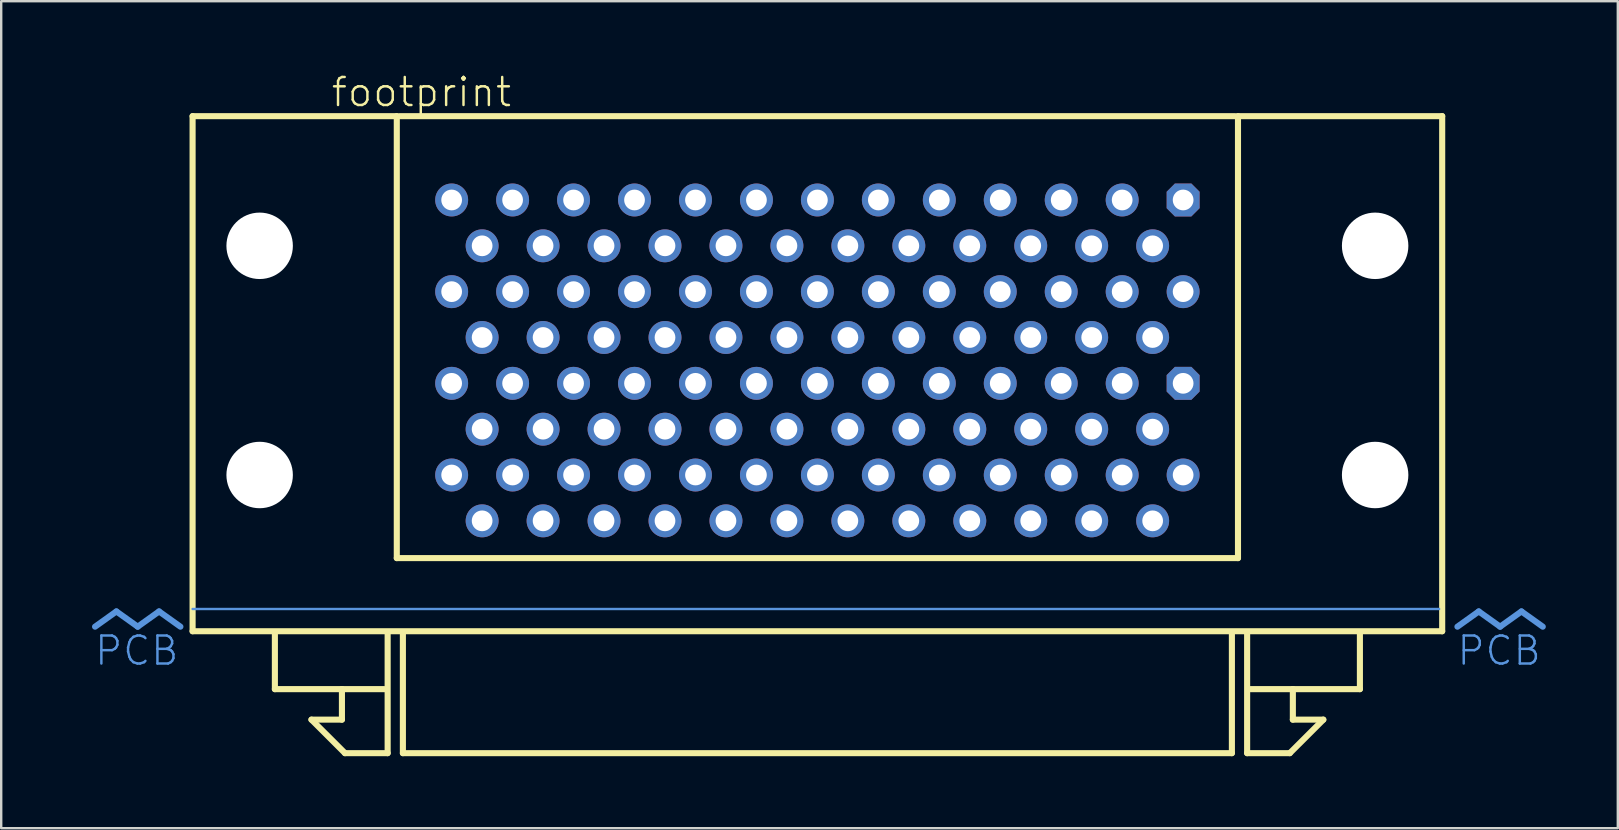
<source format=kicad_pcb>
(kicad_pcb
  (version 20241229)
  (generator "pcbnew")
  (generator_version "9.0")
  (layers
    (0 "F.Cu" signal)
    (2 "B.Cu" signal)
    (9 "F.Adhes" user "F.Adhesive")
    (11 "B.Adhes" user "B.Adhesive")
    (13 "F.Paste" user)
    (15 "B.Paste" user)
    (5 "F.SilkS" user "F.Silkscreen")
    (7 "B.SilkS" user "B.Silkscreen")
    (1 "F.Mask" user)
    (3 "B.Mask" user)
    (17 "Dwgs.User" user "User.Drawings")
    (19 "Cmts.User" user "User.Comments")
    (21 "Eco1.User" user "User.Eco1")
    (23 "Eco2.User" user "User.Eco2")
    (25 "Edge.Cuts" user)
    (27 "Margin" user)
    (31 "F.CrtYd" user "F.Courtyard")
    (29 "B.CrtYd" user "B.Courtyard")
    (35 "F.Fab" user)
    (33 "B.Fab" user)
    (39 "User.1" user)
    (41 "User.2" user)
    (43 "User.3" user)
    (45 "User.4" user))
  (footprint "footprint"
    (layer "F.Cu")
    (at 31.01 21.793)
    (property "Reference" "footprint" (at -20.32 -20.32 0) (layer "F.SilkS") (effects (font (size 1.168 1.168) (thickness 0.102)) (justify left bottom)))
    (fp_line (start -26.035 -20.003) (end -17.526 -20.003) (stroke (width 0.254) (type solid)) (layer "F.SilkS"))
    (fp_line (start -26.035 1.46) (end -26.035 -20.003) (stroke (width 0.254) (type solid)) (layer "F.SilkS"))
    (fp_line (start -22.606 3.873) (end -22.606 1.587) (stroke (width 0.254) (type solid)) (layer "F.SilkS"))
    (fp_line (start -21.082 5.144) (end -19.812 5.144) (stroke (width 0.254) (type solid)) (layer "F.SilkS"))
    (fp_line (start -19.812 3.873) (end -22.606 3.873) (stroke (width 0.254) (type solid)) (layer "F.SilkS"))
    (fp_line (start -19.812 3.873) (end -18.034 3.873) (stroke (width 0.254) (type solid)) (layer "F.SilkS"))
    (fp_line (start -19.812 5.144) (end -19.812 3.873) (stroke (width 0.254) (type solid)) (layer "F.SilkS"))
    (fp_line (start -19.685 6.54) (end -21.082 5.144) (stroke (width 0.254) (type solid)) (layer "F.SilkS"))
    (fp_line (start -17.907 1.587) (end -17.907 6.54) (stroke (width 0.254) (type solid)) (layer "F.SilkS"))
    (fp_line (start -17.907 6.54) (end -19.685 6.54) (stroke (width 0.254) (type solid)) (layer "F.SilkS"))
    (fp_line (start -17.526 -20.003) (end -17.526 -1.587) (stroke (width 0.254) (type solid)) (layer "F.SilkS"))
    (fp_line (start -17.526 -1.587) (end 17.526 -1.587) (stroke (width 0.254) (type solid)) (layer "F.SilkS"))
    (fp_line (start -17.399 -20.003) (end 17.399 -20.003) (stroke (width 0.254) (type solid)) (layer "F.SilkS"))
    (fp_line (start -17.272 6.54) (end -17.272 1.587) (stroke (width 0.254) (type solid)) (layer "F.SilkS"))
    (fp_line (start 17.272 1.587) (end 17.272 6.54) (stroke (width 0.254) (type solid)) (layer "F.SilkS"))
    (fp_line (start 17.272 6.54) (end -17.272 6.54) (stroke (width 0.254) (type solid)) (layer "F.SilkS"))
    (fp_line (start 17.526 -20.003) (end 26.035 -20.003) (stroke (width 0.254) (type solid)) (layer "F.SilkS"))
    (fp_line (start 17.526 -1.587) (end 17.526 -20.003) (stroke (width 0.254) (type solid)) (layer "F.SilkS"))
    (fp_line (start 17.907 1.587) (end 17.907 6.54) (stroke (width 0.254) (type solid)) (layer "F.SilkS"))
    (fp_line (start 17.907 6.54) (end 19.685 6.54) (stroke (width 0.254) (type solid)) (layer "F.SilkS"))
    (fp_line (start 19.685 6.54) (end 21.082 5.144) (stroke (width 0.254) (type solid)) (layer "F.SilkS"))
    (fp_line (start 19.812 3.873) (end 18.034 3.873) (stroke (width 0.254) (type solid)) (layer "F.SilkS"))
    (fp_line (start 19.812 3.873) (end 22.606 3.873) (stroke (width 0.254) (type solid)) (layer "F.SilkS"))
    (fp_line (start 19.812 5.144) (end 19.812 3.873) (stroke (width 0.254) (type solid)) (layer "F.SilkS"))
    (fp_line (start 21.082 5.144) (end 19.812 5.144) (stroke (width 0.254) (type solid)) (layer "F.SilkS"))
    (fp_line (start 22.606 3.873) (end 22.606 1.587) (stroke (width 0.254) (type solid)) (layer "F.SilkS"))
    (fp_line (start 26.035 -20.003) (end 26.035 1.46) (stroke (width 0.254) (type solid)) (layer "F.SilkS"))
    (fp_line (start 26.035 1.46) (end -26.035 1.46) (stroke (width 0.254) (type solid)) (layer "F.SilkS"))
    (fp_line (start -29.21 0.635) (end -30.099 1.27) (stroke (width 0.254) (type solid)) (layer "Cmts.User"))
    (fp_line (start -29.21 0.635) (end -28.321 1.27) (stroke (width 0.254) (type solid)) (layer "Cmts.User"))
    (fp_line (start -27.432 0.635) (end -28.321 1.27) (stroke (width 0.254) (type solid)) (layer "Cmts.User"))
    (fp_line (start -27.432 0.635) (end -26.543 1.27) (stroke (width 0.254) (type solid)) (layer "Cmts.User"))
    (fp_line (start -26.035 0.533) (end 25.908 0.533) (stroke (width 0.1) (type solid)) (layer "Cmts.User"))
    (fp_line (start 27.559 0.635) (end 26.67 1.27) (stroke (width 0.254) (type solid)) (layer "Cmts.User"))
    (fp_line (start 27.559 0.635) (end 28.448 1.27) (stroke (width 0.254) (type solid)) (layer "Cmts.User"))
    (fp_line (start 29.337 0.635) (end 28.448 1.27) (stroke (width 0.254) (type solid)) (layer "Cmts.User"))
    (fp_line (start 29.337 0.635) (end 30.226 1.27) (stroke (width 0.254) (type solid)) (layer "Cmts.User"))
    (fp_text user "PCB" (at 30.226 1.587 0) (layer "Cmts.User") (effects (font (size 1.168 1.168) (thickness 0.102)) (justify right top)))
    (fp_text user " PCB" (at -26.543 1.587 0) (layer "Cmts.User") (effects (font (size 1.168 1.168) (thickness 0.102)) (justify right top)))
    (pad "" np_thru_hole circle (at -23.241 -14.6) (size 2.769 2.769) (drill 2.769) (layers "*.Cu" "*.Mask"))
    (pad "" np_thru_hole circle (at -23.241 -5.05) (size 2.769 2.769) (drill 2.769) (layers "*.Cu" "*.Mask"))
    (pad "" np_thru_hole circle (at 23.241 -14.6) (size 2.769 2.769) (drill 2.769) (layers "*.Cu" "*.Mask"))
    (pad "" np_thru_hole circle (at 23.241 -5.05) (size 2.769 2.769) (drill 2.769) (layers "*.Cu" "*.Mask"))
    (pad "1-1" thru_hole roundrect (at 15.24 -8.87) (size 1.372 1.372) (drill 0.864) (layers "*.Cu" "*.Mask") (roundrect_rratio 0.25) (chamfer_ratio 0.25) (chamfer top_left top_right bottom_left bottom_right))
    (pad "1-2" thru_hole circle (at 13.97 -6.96) (size 1.372 1.372) (drill 0.864) (layers "*.Cu" "*.Mask"))
    (pad "1-3" thru_hole circle (at 12.7 -8.87) (size 1.372 1.372) (drill 0.864) (layers "*.Cu" "*.Mask"))
    (pad "1-4" thru_hole circle (at 11.43 -6.96) (size 1.372 1.372) (drill 0.864) (layers "*.Cu" "*.Mask"))
    (pad "1-5" thru_hole circle (at 10.16 -8.87) (size 1.372 1.372) (drill 0.864) (layers "*.Cu" "*.Mask"))
    (pad "1-6" thru_hole circle (at 8.89 -6.96) (size 1.372 1.372) (drill 0.864) (layers "*.Cu" "*.Mask"))
    (pad "1-7" thru_hole circle (at 7.62 -8.87) (size 1.372 1.372) (drill 0.864) (layers "*.Cu" "*.Mask"))
    (pad "1-8" thru_hole circle (at 6.35 -6.96) (size 1.372 1.372) (drill 0.864) (layers "*.Cu" "*.Mask"))
    (pad "1-9" thru_hole circle (at 5.08 -8.87) (size 1.372 1.372) (drill 0.864) (layers "*.Cu" "*.Mask"))
    (pad "1-10" thru_hole circle (at 3.81 -6.96) (size 1.372 1.372) (drill 0.864) (layers "*.Cu" "*.Mask"))
    (pad "1-11" thru_hole circle (at 2.54 -8.87) (size 1.372 1.372) (drill 0.864) (layers "*.Cu" "*.Mask"))
    (pad "1-12" thru_hole circle (at 1.27 -6.96) (size 1.372 1.372) (drill 0.864) (layers "*.Cu" "*.Mask"))
    (pad "1-13" thru_hole circle (at 0 -8.87) (size 1.372 1.372) (drill 0.864) (layers "*.Cu" "*.Mask"))
    (pad "1-14" thru_hole circle (at -1.27 -6.96) (size 1.372 1.372) (drill 0.864) (layers "*.Cu" "*.Mask"))
    (pad "1-15" thru_hole circle (at -2.54 -8.87) (size 1.372 1.372) (drill 0.864) (layers "*.Cu" "*.Mask"))
    (pad "1-16" thru_hole circle (at -3.81 -6.96) (size 1.372 1.372) (drill 0.864) (layers "*.Cu" "*.Mask"))
    (pad "1-17" thru_hole circle (at -5.08 -8.87) (size 1.372 1.372) (drill 0.864) (layers "*.Cu" "*.Mask"))
    (pad "1-18" thru_hole circle (at -6.35 -6.96) (size 1.372 1.372) (drill 0.864) (layers "*.Cu" "*.Mask"))
    (pad "1-19" thru_hole circle (at -7.62 -8.87) (size 1.372 1.372) (drill 0.864) (layers "*.Cu" "*.Mask"))
    (pad "1-20" thru_hole circle (at -8.89 -6.96) (size 1.372 1.372) (drill 0.864) (layers "*.Cu" "*.Mask"))
    (pad "1-21" thru_hole circle (at -10.16 -8.87) (size 1.372 1.372) (drill 0.864) (layers "*.Cu" "*.Mask"))
    (pad "1-22" thru_hole circle (at -11.43 -6.96) (size 1.372 1.372) (drill 0.864) (layers "*.Cu" "*.Mask"))
    (pad "1-23" thru_hole circle (at -12.7 -8.87) (size 1.372 1.372) (drill 0.864) (layers "*.Cu" "*.Mask"))
    (pad "1-24" thru_hole circle (at -13.97 -6.96) (size 1.372 1.372) (drill 0.864) (layers "*.Cu" "*.Mask"))
    (pad "1-25" thru_hole circle (at -15.24 -8.87) (size 1.372 1.372) (drill 0.864) (layers "*.Cu" "*.Mask"))
    (pad "1-26" thru_hole circle (at 15.24 -5.05) (size 1.372 1.372) (drill 0.864) (layers "*.Cu" "*.Mask"))
    (pad "1-27" thru_hole circle (at 13.97 -3.14) (size 1.372 1.372) (drill 0.864) (layers "*.Cu" "*.Mask"))
    (pad "1-28" thru_hole circle (at 12.7 -5.05) (size 1.372 1.372) (drill 0.864) (layers "*.Cu" "*.Mask"))
    (pad "1-29" thru_hole circle (at 11.43 -3.14) (size 1.372 1.372) (drill 0.864) (layers "*.Cu" "*.Mask"))
    (pad "1-30" thru_hole circle (at 10.16 -5.05) (size 1.372 1.372) (drill 0.864) (layers "*.Cu" "*.Mask"))
    (pad "1-31" thru_hole circle (at 8.89 -3.14) (size 1.372 1.372) (drill 0.864) (layers "*.Cu" "*.Mask"))
    (pad "1-32" thru_hole circle (at 7.62 -5.05) (size 1.372 1.372) (drill 0.864) (layers "*.Cu" "*.Mask"))
    (pad "1-33" thru_hole circle (at 6.35 -3.14) (size 1.372 1.372) (drill 0.864) (layers "*.Cu" "*.Mask"))
    (pad "1-34" thru_hole circle (at 5.08 -5.05) (size 1.372 1.372) (drill 0.864) (layers "*.Cu" "*.Mask"))
    (pad "1-35" thru_hole circle (at 3.81 -3.14) (size 1.372 1.372) (drill 0.864) (layers "*.Cu" "*.Mask"))
    (pad "1-36" thru_hole circle (at 2.54 -5.05) (size 1.372 1.372) (drill 0.864) (layers "*.Cu" "*.Mask"))
    (pad "1-37" thru_hole circle (at 1.27 -3.14) (size 1.372 1.372) (drill 0.864) (layers "*.Cu" "*.Mask"))
    (pad "1-38" thru_hole circle (at 0 -5.05) (size 1.372 1.372) (drill 0.864) (layers "*.Cu" "*.Mask"))
    (pad "1-39" thru_hole circle (at -1.27 -3.14) (size 1.372 1.372) (drill 0.864) (layers "*.Cu" "*.Mask"))
    (pad "1-40" thru_hole circle (at -2.54 -5.05) (size 1.372 1.372) (drill 0.864) (layers "*.Cu" "*.Mask"))
    (pad "1-41" thru_hole circle (at -3.81 -3.14) (size 1.372 1.372) (drill 0.864) (layers "*.Cu" "*.Mask"))
    (pad "1-42" thru_hole circle (at -5.08 -5.05) (size 1.372 1.372) (drill 0.864) (layers "*.Cu" "*.Mask"))
    (pad "1-43" thru_hole circle (at -6.35 -3.14) (size 1.372 1.372) (drill 0.864) (layers "*.Cu" "*.Mask"))
    (pad "1-44" thru_hole circle (at -7.62 -5.05) (size 1.372 1.372) (drill 0.864) (layers "*.Cu" "*.Mask"))
    (pad "1-45" thru_hole circle (at -8.89 -3.14) (size 1.372 1.372) (drill 0.864) (layers "*.Cu" "*.Mask"))
    (pad "1-46" thru_hole circle (at -10.16 -5.05) (size 1.372 1.372) (drill 0.864) (layers "*.Cu" "*.Mask"))
    (pad "1-47" thru_hole circle (at -11.43 -3.14) (size 1.372 1.372) (drill 0.864) (layers "*.Cu" "*.Mask"))
    (pad "1-48" thru_hole circle (at -12.7 -5.05) (size 1.372 1.372) (drill 0.864) (layers "*.Cu" "*.Mask"))
    (pad "1-49" thru_hole circle (at -13.97 -3.14) (size 1.372 1.372) (drill 0.864) (layers "*.Cu" "*.Mask"))
    (pad "1-50" thru_hole circle (at -15.24 -5.05) (size 1.372 1.372) (drill 0.864) (layers "*.Cu" "*.Mask"))
    (pad "2-1" thru_hole roundrect (at 15.24 -16.51) (size 1.372 1.372) (drill 0.864) (layers "*.Cu" "*.Mask") (roundrect_rratio 0.25) (chamfer_ratio 0.25) (chamfer top_left top_right bottom_left bottom_right))
    (pad "2-2" thru_hole circle (at 13.97 -14.6) (size 1.372 1.372) (drill 0.864) (layers "*.Cu" "*.Mask"))
    (pad "2-3" thru_hole circle (at 12.7 -16.51) (size 1.372 1.372) (drill 0.864) (layers "*.Cu" "*.Mask"))
    (pad "2-4" thru_hole circle (at 11.43 -14.6) (size 1.372 1.372) (drill 0.864) (layers "*.Cu" "*.Mask"))
    (pad "2-5" thru_hole circle (at 10.16 -16.51) (size 1.372 1.372) (drill 0.864) (layers "*.Cu" "*.Mask"))
    (pad "2-6" thru_hole circle (at 8.89 -14.6) (size 1.372 1.372) (drill 0.864) (layers "*.Cu" "*.Mask"))
    (pad "2-7" thru_hole circle (at 7.62 -16.51) (size 1.372 1.372) (drill 0.864) (layers "*.Cu" "*.Mask"))
    (pad "2-8" thru_hole circle (at 6.35 -14.6) (size 1.372 1.372) (drill 0.864) (layers "*.Cu" "*.Mask"))
    (pad "2-9" thru_hole circle (at 5.08 -16.51) (size 1.372 1.372) (drill 0.864) (layers "*.Cu" "*.Mask"))
    (pad "2-10" thru_hole circle (at 3.81 -14.6) (size 1.372 1.372) (drill 0.864) (layers "*.Cu" "*.Mask"))
    (pad "2-11" thru_hole circle (at 2.54 -16.51) (size 1.372 1.372) (drill 0.864) (layers "*.Cu" "*.Mask"))
    (pad "2-12" thru_hole circle (at 1.27 -14.6) (size 1.372 1.372) (drill 0.864) (layers "*.Cu" "*.Mask"))
    (pad "2-13" thru_hole circle (at 0 -16.51) (size 1.372 1.372) (drill 0.864) (layers "*.Cu" "*.Mask"))
    (pad "2-14" thru_hole circle (at -1.27 -14.6) (size 1.372 1.372) (drill 0.864) (layers "*.Cu" "*.Mask"))
    (pad "2-15" thru_hole circle (at -2.54 -16.51) (size 1.372 1.372) (drill 0.864) (layers "*.Cu" "*.Mask"))
    (pad "2-16" thru_hole circle (at -3.81 -14.6) (size 1.372 1.372) (drill 0.864) (layers "*.Cu" "*.Mask"))
    (pad "2-17" thru_hole circle (at -5.08 -16.51) (size 1.372 1.372) (drill 0.864) (layers "*.Cu" "*.Mask"))
    (pad "2-18" thru_hole circle (at -6.35 -14.6) (size 1.372 1.372) (drill 0.864) (layers "*.Cu" "*.Mask"))
    (pad "2-19" thru_hole circle (at -7.62 -16.51) (size 1.372 1.372) (drill 0.864) (layers "*.Cu" "*.Mask"))
    (pad "2-20" thru_hole circle (at -8.89 -14.6) (size 1.372 1.372) (drill 0.864) (layers "*.Cu" "*.Mask"))
    (pad "2-21" thru_hole circle (at -10.16 -16.51) (size 1.372 1.372) (drill 0.864) (layers "*.Cu" "*.Mask"))
    (pad "2-22" thru_hole circle (at -11.43 -14.6) (size 1.372 1.372) (drill 0.864) (layers "*.Cu" "*.Mask"))
    (pad "2-23" thru_hole circle (at -12.7 -16.51) (size 1.372 1.372) (drill 0.864) (layers "*.Cu" "*.Mask"))
    (pad "2-24" thru_hole circle (at -13.97 -14.6) (size 1.372 1.372) (drill 0.864) (layers "*.Cu" "*.Mask"))
    (pad "2-25" thru_hole circle (at -15.24 -16.51) (size 1.372 1.372) (drill 0.864) (layers "*.Cu" "*.Mask"))
    (pad "2-26" thru_hole circle (at 15.24 -12.69) (size 1.372 1.372) (drill 0.864) (layers "*.Cu" "*.Mask"))
    (pad "2-27" thru_hole circle (at 13.97 -10.78) (size 1.372 1.372) (drill 0.864) (layers "*.Cu" "*.Mask"))
    (pad "2-28" thru_hole circle (at 12.7 -12.69) (size 1.372 1.372) (drill 0.864) (layers "*.Cu" "*.Mask"))
    (pad "2-29" thru_hole circle (at 11.43 -10.78) (size 1.372 1.372) (drill 0.864) (layers "*.Cu" "*.Mask"))
    (pad "2-30" thru_hole circle (at 10.16 -12.69) (size 1.372 1.372) (drill 0.864) (layers "*.Cu" "*.Mask"))
    (pad "2-31" thru_hole circle (at 8.89 -10.78) (size 1.372 1.372) (drill 0.864) (layers "*.Cu" "*.Mask"))
    (pad "2-32" thru_hole circle (at 7.62 -12.69) (size 1.372 1.372) (drill 0.864) (layers "*.Cu" "*.Mask"))
    (pad "2-33" thru_hole circle (at 6.35 -10.78) (size 1.372 1.372) (drill 0.864) (layers "*.Cu" "*.Mask"))
    (pad "2-34" thru_hole circle (at 5.08 -12.69) (size 1.372 1.372) (drill 0.864) (layers "*.Cu" "*.Mask"))
    (pad "2-35" thru_hole circle (at 3.81 -10.78) (size 1.372 1.372) (drill 0.864) (layers "*.Cu" "*.Mask"))
    (pad "2-36" thru_hole circle (at 2.54 -12.69) (size 1.372 1.372) (drill 0.864) (layers "*.Cu" "*.Mask"))
    (pad "2-37" thru_hole circle (at 1.27 -10.78) (size 1.372 1.372) (drill 0.864) (layers "*.Cu" "*.Mask"))
    (pad "2-38" thru_hole circle (at 0 -12.69) (size 1.372 1.372) (drill 0.864) (layers "*.Cu" "*.Mask"))
    (pad "2-39" thru_hole circle (at -1.27 -10.78) (size 1.372 1.372) (drill 0.864) (layers "*.Cu" "*.Mask"))
    (pad "2-40" thru_hole circle (at -2.54 -12.69) (size 1.372 1.372) (drill 0.864) (layers "*.Cu" "*.Mask"))
    (pad "2-41" thru_hole circle (at -3.81 -10.78) (size 1.372 1.372) (drill 0.864) (layers "*.Cu" "*.Mask"))
    (pad "2-42" thru_hole circle (at -5.08 -12.69) (size 1.372 1.372) (drill 0.864) (layers "*.Cu" "*.Mask"))
    (pad "2-43" thru_hole circle (at -6.35 -10.78) (size 1.372 1.372) (drill 0.864) (layers "*.Cu" "*.Mask"))
    (pad "2-44" thru_hole circle (at -7.62 -12.69) (size 1.372 1.372) (drill 0.864) (layers "*.Cu" "*.Mask"))
    (pad "2-45" thru_hole circle (at -8.89 -10.78) (size 1.372 1.372) (drill 0.864) (layers "*.Cu" "*.Mask"))
    (pad "2-46" thru_hole circle (at -10.16 -12.69) (size 1.372 1.372) (drill 0.864) (layers "*.Cu" "*.Mask"))
    (pad "2-47" thru_hole circle (at -11.43 -10.78) (size 1.372 1.372) (drill 0.864) (layers "*.Cu" "*.Mask"))
    (pad "2-48" thru_hole circle (at -12.7 -12.69) (size 1.372 1.372) (drill 0.864) (layers "*.Cu" "*.Mask"))
    (pad "2-49" thru_hole circle (at -13.97 -10.78) (size 1.372 1.372) (drill 0.864) (layers "*.Cu" "*.Mask"))
    (pad "2-50" thru_hole circle (at -15.24 -12.69) (size 1.372 1.372) (drill 0.864) (layers "*.Cu" "*.Mask")))
  (gr_rect
    (start -3 -3)
    (end 64.363 31.461)
    (stroke (width 0.1) (type default))
    (fill no)
    (layer "Edge.Cuts")))
</source>
